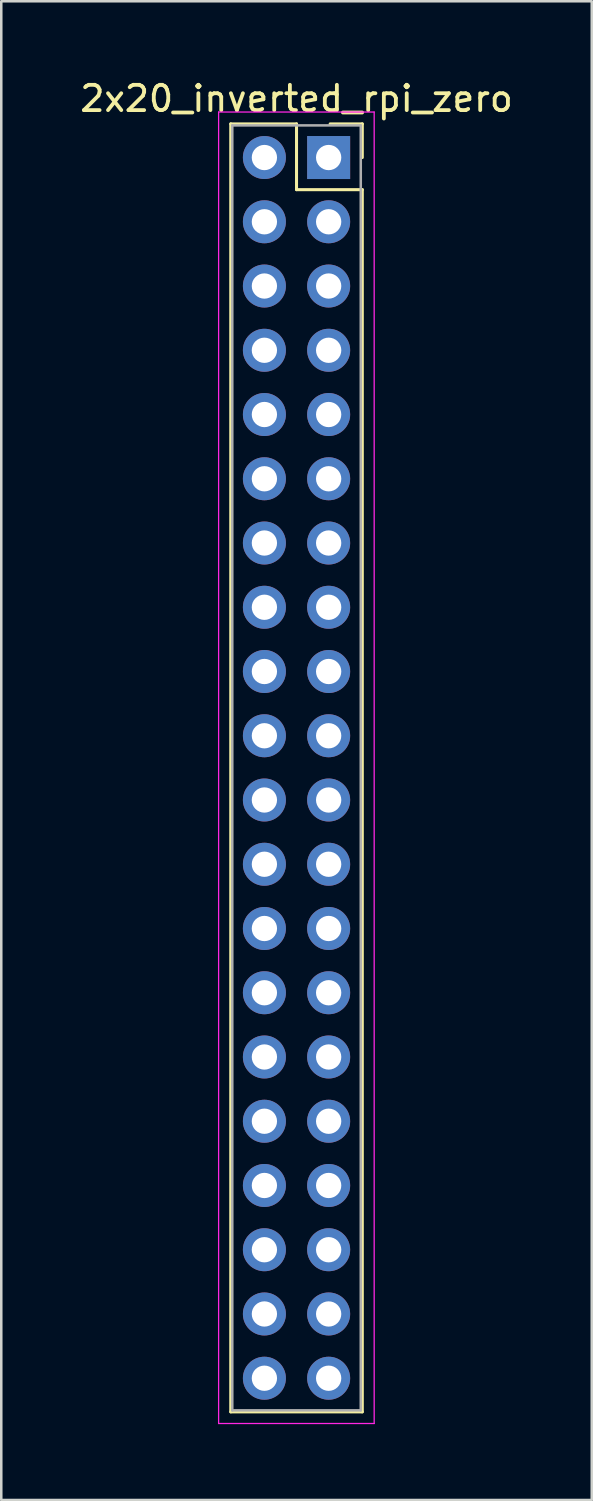
<source format=kicad_pcb>
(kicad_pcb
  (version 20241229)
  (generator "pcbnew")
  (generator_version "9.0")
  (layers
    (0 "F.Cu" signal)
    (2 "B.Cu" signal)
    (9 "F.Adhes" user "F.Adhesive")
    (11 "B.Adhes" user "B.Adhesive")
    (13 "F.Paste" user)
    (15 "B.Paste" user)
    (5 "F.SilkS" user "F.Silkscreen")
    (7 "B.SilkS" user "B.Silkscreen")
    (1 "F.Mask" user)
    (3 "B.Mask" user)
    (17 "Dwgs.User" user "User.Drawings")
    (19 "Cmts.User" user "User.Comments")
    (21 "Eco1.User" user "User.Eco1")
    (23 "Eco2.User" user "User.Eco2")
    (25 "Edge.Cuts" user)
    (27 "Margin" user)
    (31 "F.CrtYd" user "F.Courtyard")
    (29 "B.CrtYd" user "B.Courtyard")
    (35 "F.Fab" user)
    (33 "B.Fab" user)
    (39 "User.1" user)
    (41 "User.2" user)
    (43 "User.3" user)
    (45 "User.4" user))
  (footprint "2x20_inverted_rpi_zero"
    (layer "F.Cu")
    (at 9.943 3.178)
    (property "Reference" "2x20_inverted_rpi_zero" (at -1.27 -2.33 0) (layer "F.SilkS") (effects (font (size 1 1) (thickness 0.15))))
    (attr through_hole)
    (fp_line (start -3.87 -1.33) (end -1.27 -1.33) (stroke (width 0.12) (type solid)) (layer "F.SilkS"))
    (fp_line (start -3.87 49.59) (end -3.87 -1.33) (stroke (width 0.12) (type solid)) (layer "F.SilkS"))
    (fp_line (start -1.27 -1.33) (end -1.27 1.27) (stroke (width 0.12) (type solid)) (layer "F.SilkS"))
    (fp_line (start -1.27 1.27) (end 1.33 1.27) (stroke (width 0.12) (type solid)) (layer "F.SilkS"))
    (fp_line (start 1.33 -1.33) (end 0.06 -1.33) (stroke (width 0.12) (type solid)) (layer "F.SilkS"))
    (fp_line (start 1.33 0) (end 1.33 -1.33) (stroke (width 0.12) (type solid)) (layer "F.SilkS"))
    (fp_line (start 1.33 1.27) (end 1.33 49.59) (stroke (width 0.12) (type solid)) (layer "F.SilkS"))
    (fp_line (start 1.33 49.59) (end -3.87 49.59) (stroke (width 0.12) (type solid)) (layer "F.SilkS"))
    (fp_line (start -4.35 -1.8) (end -4.35 50.05) (stroke (width 0.05) (type solid)) (layer "F.CrtYd"))
    (fp_line (start -4.35 50.05) (end 1.8 50.05) (stroke (width 0.05) (type solid)) (layer "F.CrtYd"))
    (fp_line (start 1.8 -1.8) (end -4.35 -1.8) (stroke (width 0.05) (type solid)) (layer "F.CrtYd"))
    (fp_line (start 1.8 50.05) (end 1.8 -1.8) (stroke (width 0.05) (type solid)) (layer "F.CrtYd"))
    (fp_line (start -3.81 -1.27) (end -3.81 49.53) (stroke (width 0.1) (type solid)) (layer "F.Fab"))
    (fp_line (start -3.81 49.53) (end 1.27 49.53) (stroke (width 0.1) (type solid)) (layer "F.Fab"))
    (fp_line (start 1.27 -1.27) (end -3.81 -1.27) (stroke (width 0.1) (type solid)) (layer "F.Fab"))
    (fp_line (start 1.27 49.53) (end 1.27 -1.27) (stroke (width 0.1) (type solid)) (layer "F.Fab"))
    (pad "1" thru_hole oval (at 0 48.26) (size 1.7 1.7) (drill 1) (layers "*.Cu" "*.Mask"))
    (pad "2" thru_hole oval (at -2.54 48.26) (size 1.7 1.7) (drill 1) (layers "*.Cu" "*.Mask"))
    (pad "3" thru_hole oval (at 0 45.72) (size 1.7 1.7) (drill 1) (layers "*.Cu" "*.Mask"))
    (pad "4" thru_hole oval (at -2.54 45.72) (size 1.7 1.7) (drill 1) (layers "*.Cu" "*.Mask"))
    (pad "5" thru_hole oval (at 0 43.18) (size 1.7 1.7) (drill 1) (layers "*.Cu" "*.Mask"))
    (pad "6" thru_hole oval (at -2.54 43.18) (size 1.7 1.7) (drill 1) (layers "*.Cu" "*.Mask"))
    (pad "7" thru_hole oval (at 0 40.64) (size 1.7 1.7) (drill 1) (layers "*.Cu" "*.Mask"))
    (pad "8" thru_hole oval (at -2.54 40.64) (size 1.7 1.7) (drill 1) (layers "*.Cu" "*.Mask"))
    (pad "9" thru_hole oval (at 0 38.1) (size 1.7 1.7) (drill 1) (layers "*.Cu" "*.Mask"))
    (pad "10" thru_hole oval (at -2.54 38.1) (size 1.7 1.7) (drill 1) (layers "*.Cu" "*.Mask"))
    (pad "11" thru_hole oval (at 0 35.56) (size 1.7 1.7) (drill 1) (layers "*.Cu" "*.Mask"))
    (pad "12" thru_hole oval (at -2.54 35.56) (size 1.7 1.7) (drill 1) (layers "*.Cu" "*.Mask"))
    (pad "13" thru_hole oval (at 0 33.02) (size 1.7 1.7) (drill 1) (layers "*.Cu" "*.Mask"))
    (pad "14" thru_hole oval (at -2.54 33.02) (size 1.7 1.7) (drill 1) (layers "*.Cu" "*.Mask"))
    (pad "15" thru_hole oval (at 0 30.48) (size 1.7 1.7) (drill 1) (layers "*.Cu" "*.Mask"))
    (pad "16" thru_hole oval (at -2.54 30.48) (size 1.7 1.7) (drill 1) (layers "*.Cu" "*.Mask"))
    (pad "17" thru_hole oval (at 0 27.94) (size 1.7 1.7) (drill 1) (layers "*.Cu" "*.Mask"))
    (pad "18" thru_hole oval (at -2.54 27.94) (size 1.7 1.7) (drill 1) (layers "*.Cu" "*.Mask"))
    (pad "19" thru_hole oval (at 0 25.4) (size 1.7 1.7) (drill 1) (layers "*.Cu" "*.Mask"))
    (pad "20" thru_hole oval (at -2.54 25.4) (size 1.7 1.7) (drill 1) (layers "*.Cu" "*.Mask"))
    (pad "21" thru_hole oval (at 0 22.86) (size 1.7 1.7) (drill 1) (layers "*.Cu" "*.Mask"))
    (pad "22" thru_hole oval (at -2.54 22.86) (size 1.7 1.7) (drill 1) (layers "*.Cu" "*.Mask"))
    (pad "23" thru_hole oval (at 0 20.32) (size 1.7 1.7) (drill 1) (layers "*.Cu" "*.Mask"))
    (pad "24" thru_hole oval (at -2.54 20.32) (size 1.7 1.7) (drill 1) (layers "*.Cu" "*.Mask"))
    (pad "25" thru_hole oval (at 0 17.78) (size 1.7 1.7) (drill 1) (layers "*.Cu" "*.Mask"))
    (pad "26" thru_hole oval (at -2.54 17.78) (size 1.7 1.7) (drill 1) (layers "*.Cu" "*.Mask"))
    (pad "27" thru_hole oval (at 0 15.24) (size 1.7 1.7) (drill 1) (layers "*.Cu" "*.Mask"))
    (pad "28" thru_hole oval (at -2.54 15.24) (size 1.7 1.7) (drill 1) (layers "*.Cu" "*.Mask"))
    (pad "29" thru_hole oval (at 0 12.7) (size 1.7 1.7) (drill 1) (layers "*.Cu" "*.Mask"))
    (pad "30" thru_hole oval (at -2.54 12.7) (size 1.7 1.7) (drill 1) (layers "*.Cu" "*.Mask"))
    (pad "31" thru_hole oval (at 0 10.16) (size 1.7 1.7) (drill 1) (layers "*.Cu" "*.Mask"))
    (pad "32" thru_hole oval (at -2.54 10.16) (size 1.7 1.7) (drill 1) (layers "*.Cu" "*.Mask"))
    (pad "33" thru_hole oval (at 0 7.62) (size 1.7 1.7) (drill 1) (layers "*.Cu" "*.Mask"))
    (pad "34" thru_hole oval (at -2.54 7.62) (size 1.7 1.7) (drill 1) (layers "*.Cu" "*.Mask"))
    (pad "35" thru_hole oval (at 0 5.08) (size 1.7 1.7) (drill 1) (layers "*.Cu" "*.Mask"))
    (pad "36" thru_hole oval (at -2.54 5.08) (size 1.7 1.7) (drill 1) (layers "*.Cu" "*.Mask"))
    (pad "37" thru_hole oval (at 0 2.54) (size 1.7 1.7) (drill 1) (layers "*.Cu" "*.Mask"))
    (pad "38" thru_hole oval (at -2.54 2.54) (size 1.7 1.7) (drill 1) (layers "*.Cu" "*.Mask"))
    (pad "39" thru_hole rect (at 0 0) (size 1.7 1.7) (drill 1) (layers "*.Cu" "*.Mask"))
    (pad "40" thru_hole oval (at -2.54 0) (size 1.7 1.7) (drill 1) (layers "*.Cu" "*.Mask")))
  (gr_rect
    (start -3 -3)
    (end 20.345 56.253)
    (stroke (width 0.1) (type default))
    (fill no)
    (layer "Edge.Cuts")))
</source>
